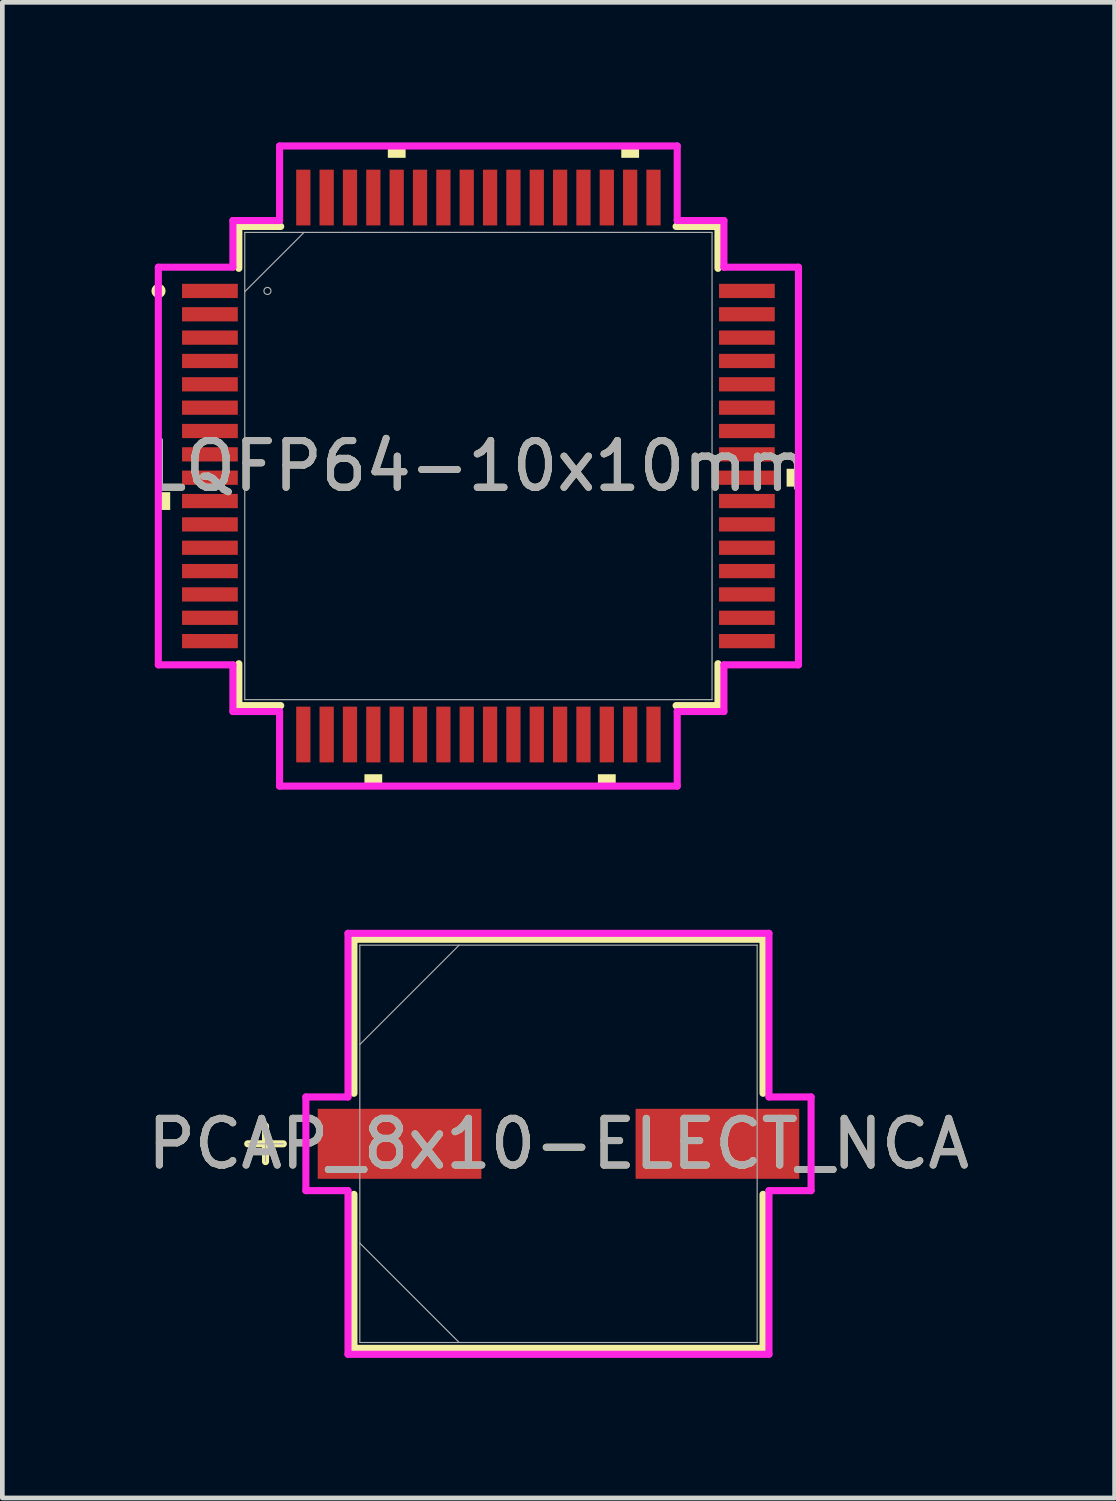
<source format=kicad_pcb>
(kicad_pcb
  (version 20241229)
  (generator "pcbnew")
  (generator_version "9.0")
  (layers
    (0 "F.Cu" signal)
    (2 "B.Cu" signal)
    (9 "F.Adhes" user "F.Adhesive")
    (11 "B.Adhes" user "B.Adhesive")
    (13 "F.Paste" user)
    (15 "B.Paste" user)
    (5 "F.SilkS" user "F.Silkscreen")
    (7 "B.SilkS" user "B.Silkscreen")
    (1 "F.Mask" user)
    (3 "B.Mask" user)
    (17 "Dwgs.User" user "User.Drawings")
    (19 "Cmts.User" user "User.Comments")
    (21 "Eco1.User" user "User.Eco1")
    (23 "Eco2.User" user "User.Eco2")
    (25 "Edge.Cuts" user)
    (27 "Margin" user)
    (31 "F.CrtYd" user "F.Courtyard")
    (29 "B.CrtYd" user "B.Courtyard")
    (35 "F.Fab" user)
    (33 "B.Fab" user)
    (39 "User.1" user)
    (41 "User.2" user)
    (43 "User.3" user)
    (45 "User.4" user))
  (footprint "PCAP_8x10-ELECT_NCA"
    (layer "F.Cu")
    (at 8.911 21.447)
    (property "Reference" "PCAP_8x10-ELECT_NCA" (at 0 0 0) (unlocked yes) (layer "F.SilkS") (effects (font (size 1 1) (thickness 0.15))))
    (attr smd)
    (fp_line (start -6.274 -0.381) (end -6.274 0.381) (stroke (width 0.152) (type solid)) (layer "F.SilkS"))
    (fp_line (start -5.893 0) (end -6.655 0) (stroke (width 0.152) (type solid)) (layer "F.SilkS"))
    (fp_line (start -4.381 -4.381) (end -4.381 -1.082) (stroke (width 0.152) (type solid)) (layer "F.SilkS"))
    (fp_line (start -4.381 1.082) (end -4.381 4.381) (stroke (width 0.152) (type solid)) (layer "F.SilkS"))
    (fp_line (start -4.381 4.381) (end 4.381 4.381) (stroke (width 0.152) (type solid)) (layer "F.SilkS"))
    (fp_line (start 4.381 -4.381) (end -4.381 -4.381) (stroke (width 0.152) (type solid)) (layer "F.SilkS"))
    (fp_line (start 4.381 -1.082) (end 4.381 -4.381) (stroke (width 0.152) (type solid)) (layer "F.SilkS"))
    (fp_line (start 4.381 4.381) (end 4.381 1.082) (stroke (width 0.152) (type solid)) (layer "F.SilkS"))
    (fp_line (start -5.41 -1.003) (end -4.508 -1.003) (stroke (width 0.152) (type solid)) (layer "F.CrtYd"))
    (fp_line (start -5.41 1.003) (end -5.41 -1.003) (stroke (width 0.152) (type solid)) (layer "F.CrtYd"))
    (fp_line (start -4.508 -4.508) (end 4.508 -4.508) (stroke (width 0.152) (type solid)) (layer "F.CrtYd"))
    (fp_line (start -4.508 -1.003) (end -4.508 -4.508) (stroke (width 0.152) (type solid)) (layer "F.CrtYd"))
    (fp_line (start -4.508 1.003) (end -5.41 1.003) (stroke (width 0.152) (type solid)) (layer "F.CrtYd"))
    (fp_line (start -4.508 4.508) (end -4.508 1.003) (stroke (width 0.152) (type solid)) (layer "F.CrtYd"))
    (fp_line (start 4.508 -4.508) (end 4.508 -1.003) (stroke (width 0.152) (type solid)) (layer "F.CrtYd"))
    (fp_line (start 4.508 -1.003) (end 5.41 -1.003) (stroke (width 0.152) (type solid)) (layer "F.CrtYd"))
    (fp_line (start 4.508 1.003) (end 4.508 4.508) (stroke (width 0.152) (type solid)) (layer "F.CrtYd"))
    (fp_line (start 4.508 4.508) (end -4.508 4.508) (stroke (width 0.152) (type solid)) (layer "F.CrtYd"))
    (fp_line (start 5.41 -1.003) (end 5.41 1.003) (stroke (width 0.152) (type solid)) (layer "F.CrtYd"))
    (fp_line (start 5.41 1.003) (end 4.508 1.003) (stroke (width 0.152) (type solid)) (layer "F.CrtYd"))
    (fp_line (start -6.274 -0.381) (end -6.274 0.381) (stroke (width 0.025) (type solid)) (layer "F.Fab"))
    (fp_line (start -5.893 0) (end -6.655 0) (stroke (width 0.025) (type solid)) (layer "F.Fab"))
    (fp_line (start -4.255 -4.255) (end -4.255 4.255) (stroke (width 0.025) (type solid)) (layer "F.Fab"))
    (fp_line (start -4.255 -2.127) (end -2.127 -4.255) (stroke (width 0.025) (type solid)) (layer "F.Fab"))
    (fp_line (start -4.255 2.127) (end -2.127 4.255) (stroke (width 0.025) (type solid)) (layer "F.Fab"))
    (fp_line (start -4.255 4.255) (end 4.255 4.255) (stroke (width 0.025) (type solid)) (layer "F.Fab"))
    (fp_line (start 4.255 -4.255) (end -4.255 -4.255) (stroke (width 0.025) (type solid)) (layer "F.Fab"))
    (fp_line (start 4.255 4.255) (end 4.255 -4.255) (stroke (width 0.025) (type solid)) (layer "F.Fab"))
    (fp_text user "${REFERENCE}" (at 0 0 0) (unlocked yes) (layer "F.Fab") (effects (font (size 1 1) (thickness 0.15))))
    (pad "1" smd rect (at -3.404 0) (size 3.505 1.499) (layers "F.Cu" "F.Mask" "F.Paste"))
    (pad "2" smd rect (at 3.404 0) (size 3.505 1.499) (layers "F.Cu" "F.Mask" "F.Paste"))
    (zone (net_name "") (layer "F.Cu") (hatch full 0.508) (connect_pads) (min_thickness 0.254) (filled_areas_thickness no) (keepout (tracks not_allowed) (vias not_allowed) (pads allowed) (copperpour not_allowed) (footprints allowed)) (placement (enabled no)) (fill) (polygon (pts (xy 4.707 17.243) (xy 13.114 17.243) (xy 13.114 20.647) (xy 4.707 20.647))))
    (zone (net_name "") (layer "F.Cu") (hatch full 0.508) (connect_pads) (min_thickness 0.254) (filled_areas_thickness no) (keepout (tracks not_allowed) (vias not_allowed) (pads allowed) (copperpour not_allowed) (footprints allowed)) (placement (enabled no)) (fill) (polygon (pts (xy 4.707 22.247) (xy 13.114 22.247) (xy 13.114 25.651) (xy 4.707 25.651))))
    (zone (net_name "") (layer "F.Cu") (hatch full 0.508) (connect_pads) (min_thickness 0.254) (filled_areas_thickness no) (keepout (tracks not_allowed) (vias not_allowed) (pads allowed) (copperpour not_allowed) (footprints allowed)) (placement (enabled no)) (fill) (polygon (pts (xy 7.311 20.647) (xy 10.511 20.647) (xy 10.511 22.247) (xy 7.311 22.247)))))
  (footprint "LQFP64-10x10mm"
    (layer "F.Cu")
    (at 7.196 6.931)
    (property "Reference" "LQFP64-10x10mm" (at 0 0 0) (unlocked yes) (layer "F.SilkS") (effects (font (size 1 1) (thickness 0.15))))
    (attr smd)
    (fp_line (start -5.131 -5.131) (end -5.131 -4.234) (stroke (width 0.152) (type solid)) (layer "F.SilkS"))
    (fp_line (start -5.131 4.234) (end -5.131 5.131) (stroke (width 0.152) (type solid)) (layer "F.SilkS"))
    (fp_line (start -5.131 5.131) (end -4.234 5.131) (stroke (width 0.152) (type solid)) (layer "F.SilkS"))
    (fp_line (start -4.234 -5.131) (end -5.131 -5.131) (stroke (width 0.152) (type solid)) (layer "F.SilkS"))
    (fp_line (start 4.234 5.131) (end 5.131 5.131) (stroke (width 0.152) (type solid)) (layer "F.SilkS"))
    (fp_line (start 5.131 -5.131) (end 4.234 -5.131) (stroke (width 0.152) (type solid)) (layer "F.SilkS"))
    (fp_line (start 5.131 -4.234) (end 5.131 -5.131) (stroke (width 0.152) (type solid)) (layer "F.SilkS"))
    (fp_line (start 5.131 5.131) (end 5.131 4.234) (stroke (width 0.152) (type solid)) (layer "F.SilkS"))
    (fp_circle (center -6.851 -3.75) (end -6.775 -3.75) (stroke (width 0.152) (type solid)) (fill no) (layer "F.SilkS"))
    (fp_poly (pts (xy -6.855 0.56) (xy -6.855 0.941) (xy -6.601 0.941) (xy -6.601 0.56)) (stroke (width 0) (type solid)) (fill yes) (layer "F.SilkS"))
    (fp_poly (pts (xy -2.441 6.601) (xy -2.441 6.855) (xy -2.06 6.855) (xy -2.06 6.601)) (stroke (width 0) (type solid)) (fill yes) (layer "F.SilkS"))
    (fp_poly (pts (xy -1.94 -6.601) (xy -1.94 -6.855) (xy -1.559 -6.855) (xy -1.559 -6.601)) (stroke (width 0) (type solid)) (fill yes) (layer "F.SilkS"))
    (fp_poly (pts (xy 2.559 6.601) (xy 2.559 6.855) (xy 2.941 6.855) (xy 2.941 6.601)) (stroke (width 0) (type solid)) (fill yes) (layer "F.SilkS"))
    (fp_poly (pts (xy 3.06 -6.601) (xy 3.06 -6.855) (xy 3.441 -6.855) (xy 3.441 -6.601)) (stroke (width 0) (type solid)) (fill yes) (layer "F.SilkS"))
    (fp_poly (pts (xy 6.855 0.059) (xy 6.855 0.441) (xy 6.601 0.441) (xy 6.601 0.059)) (stroke (width 0) (type solid)) (fill yes) (layer "F.SilkS"))
    (fp_line (start -6.855 -4.258) (end -5.258 -4.258) (stroke (width 0.152) (type solid)) (layer "F.CrtYd"))
    (fp_line (start -6.855 4.258) (end -6.855 -4.258) (stroke (width 0.152) (type solid)) (layer "F.CrtYd"))
    (fp_line (start -5.258 -5.258) (end -4.258 -5.258) (stroke (width 0.152) (type solid)) (layer "F.CrtYd"))
    (fp_line (start -5.258 -4.258) (end -5.258 -5.258) (stroke (width 0.152) (type solid)) (layer "F.CrtYd"))
    (fp_line (start -5.258 4.258) (end -6.855 4.258) (stroke (width 0.152) (type solid)) (layer "F.CrtYd"))
    (fp_line (start -5.258 5.258) (end -5.258 4.258) (stroke (width 0.152) (type solid)) (layer "F.CrtYd"))
    (fp_line (start -4.258 -6.855) (end 4.258 -6.855) (stroke (width 0.152) (type solid)) (layer "F.CrtYd"))
    (fp_line (start -4.258 -5.258) (end -4.258 -6.855) (stroke (width 0.152) (type solid)) (layer "F.CrtYd"))
    (fp_line (start -4.258 5.258) (end -5.258 5.258) (stroke (width 0.152) (type solid)) (layer "F.CrtYd"))
    (fp_line (start -4.258 6.855) (end -4.258 5.258) (stroke (width 0.152) (type solid)) (layer "F.CrtYd"))
    (fp_line (start 4.258 -6.855) (end 4.258 -5.258) (stroke (width 0.152) (type solid)) (layer "F.CrtYd"))
    (fp_line (start 4.258 -5.258) (end 5.258 -5.258) (stroke (width 0.152) (type solid)) (layer "F.CrtYd"))
    (fp_line (start 4.258 5.258) (end 4.258 6.855) (stroke (width 0.152) (type solid)) (layer "F.CrtYd"))
    (fp_line (start 4.258 6.855) (end -4.258 6.855) (stroke (width 0.152) (type solid)) (layer "F.CrtYd"))
    (fp_line (start 5.258 -5.258) (end 5.258 -4.258) (stroke (width 0.152) (type solid)) (layer "F.CrtYd"))
    (fp_line (start 5.258 -4.258) (end 6.855 -4.258) (stroke (width 0.152) (type solid)) (layer "F.CrtYd"))
    (fp_line (start 5.258 4.258) (end 5.258 5.258) (stroke (width 0.152) (type solid)) (layer "F.CrtYd"))
    (fp_line (start 5.258 5.258) (end 4.258 5.258) (stroke (width 0.152) (type solid)) (layer "F.CrtYd"))
    (fp_line (start 6.855 -4.258) (end 6.855 4.258) (stroke (width 0.152) (type solid)) (layer "F.CrtYd"))
    (fp_line (start 6.855 4.258) (end 5.258 4.258) (stroke (width 0.152) (type solid)) (layer "F.CrtYd"))
    (fp_line (start -5.004 -5.004) (end -5.004 5.004) (stroke (width 0.025) (type solid)) (layer "F.Fab"))
    (fp_line (start -5.004 -3.734) (end -3.734 -5.004) (stroke (width 0.025) (type solid)) (layer "F.Fab"))
    (fp_line (start -5.004 5.004) (end 5.004 5.004) (stroke (width 0.025) (type solid)) (layer "F.Fab"))
    (fp_line (start 5.004 -5.004) (end -5.004 -5.004) (stroke (width 0.025) (type solid)) (layer "F.Fab"))
    (fp_line (start 5.004 5.004) (end 5.004 -5.004) (stroke (width 0.025) (type solid)) (layer "F.Fab"))
    (fp_circle (center -4.518 -3.75) (end -4.442 -3.75) (stroke (width 0.025) (type solid)) (fill no) (layer "F.Fab"))
    (fp_text user "${REFERENCE}" (at 0 0 0) (unlocked yes) (layer "F.Fab") (effects (font (size 1 1) (thickness 0.15))))
    (pad "1" smd rect (at -5.75 -3.75) (size 1.194 0.305) (layers "F.Cu" "F.Mask" "F.Paste"))
    (pad "2" smd rect (at -5.75 -3.25) (size 1.194 0.305) (layers "F.Cu" "F.Mask" "F.Paste"))
    (pad "3" smd rect (at -5.75 -2.75) (size 1.194 0.305) (layers "F.Cu" "F.Mask" "F.Paste"))
    (pad "4" smd rect (at -5.75 -2.25) (size 1.194 0.305) (layers "F.Cu" "F.Mask" "F.Paste"))
    (pad "5" smd rect (at -5.75 -1.75) (size 1.194 0.305) (layers "F.Cu" "F.Mask" "F.Paste"))
    (pad "6" smd rect (at -5.75 -1.25) (size 1.194 0.305) (layers "F.Cu" "F.Mask" "F.Paste"))
    (pad "7" smd rect (at -5.75 -0.75) (size 1.194 0.305) (layers "F.Cu" "F.Mask" "F.Paste"))
    (pad "8" smd rect (at -5.75 -0.25) (size 1.194 0.305) (layers "F.Cu" "F.Mask" "F.Paste"))
    (pad "9" smd rect (at -5.75 0.25) (size 1.194 0.305) (layers "F.Cu" "F.Mask" "F.Paste"))
    (pad "10" smd rect (at -5.75 0.75) (size 1.194 0.305) (layers "F.Cu" "F.Mask" "F.Paste"))
    (pad "11" smd rect (at -5.75 1.25) (size 1.194 0.305) (layers "F.Cu" "F.Mask" "F.Paste"))
    (pad "12" smd rect (at -5.75 1.75) (size 1.194 0.305) (layers "F.Cu" "F.Mask" "F.Paste"))
    (pad "13" smd rect (at -5.75 2.25) (size 1.194 0.305) (layers "F.Cu" "F.Mask" "F.Paste"))
    (pad "14" smd rect (at -5.75 2.75) (size 1.194 0.305) (layers "F.Cu" "F.Mask" "F.Paste"))
    (pad "15" smd rect (at -5.75 3.25) (size 1.194 0.305) (layers "F.Cu" "F.Mask" "F.Paste"))
    (pad "16" smd rect (at -5.75 3.75) (size 1.194 0.305) (layers "F.Cu" "F.Mask" "F.Paste"))
    (pad "17" smd rect (at -3.75 5.75 90) (size 1.194 0.305) (layers "F.Cu" "F.Mask" "F.Paste"))
    (pad "18" smd rect (at -3.25 5.75 90) (size 1.194 0.305) (layers "F.Cu" "F.Mask" "F.Paste"))
    (pad "19" smd rect (at -2.75 5.75 90) (size 1.194 0.305) (layers "F.Cu" "F.Mask" "F.Paste"))
    (pad "20" smd rect (at -2.25 5.75 90) (size 1.194 0.305) (layers "F.Cu" "F.Mask" "F.Paste"))
    (pad "21" smd rect (at -1.75 5.75 90) (size 1.194 0.305) (layers "F.Cu" "F.Mask" "F.Paste"))
    (pad "22" smd rect (at -1.25 5.75 90) (size 1.194 0.305) (layers "F.Cu" "F.Mask" "F.Paste"))
    (pad "23" smd rect (at -0.75 5.75 90) (size 1.194 0.305) (layers "F.Cu" "F.Mask" "F.Paste"))
    (pad "24" smd rect (at -0.25 5.75 90) (size 1.194 0.305) (layers "F.Cu" "F.Mask" "F.Paste"))
    (pad "25" smd rect (at 0.25 5.75 90) (size 1.194 0.305) (layers "F.Cu" "F.Mask" "F.Paste"))
    (pad "26" smd rect (at 0.75 5.75 90) (size 1.194 0.305) (layers "F.Cu" "F.Mask" "F.Paste"))
    (pad "27" smd rect (at 1.25 5.75 90) (size 1.194 0.305) (layers "F.Cu" "F.Mask" "F.Paste"))
    (pad "28" smd rect (at 1.75 5.75 90) (size 1.194 0.305) (layers "F.Cu" "F.Mask" "F.Paste"))
    (pad "29" smd rect (at 2.25 5.75 90) (size 1.194 0.305) (layers "F.Cu" "F.Mask" "F.Paste"))
    (pad "30" smd rect (at 2.75 5.75 90) (size 1.194 0.305) (layers "F.Cu" "F.Mask" "F.Paste"))
    (pad "31" smd rect (at 3.25 5.75 90) (size 1.194 0.305) (layers "F.Cu" "F.Mask" "F.Paste"))
    (pad "32" smd rect (at 3.75 5.75 90) (size 1.194 0.305) (layers "F.Cu" "F.Mask" "F.Paste"))
    (pad "33" smd rect (at 5.75 3.75) (size 1.194 0.305) (layers "F.Cu" "F.Mask" "F.Paste"))
    (pad "34" smd rect (at 5.75 3.25) (size 1.194 0.305) (layers "F.Cu" "F.Mask" "F.Paste"))
    (pad "35" smd rect (at 5.75 2.75) (size 1.194 0.305) (layers "F.Cu" "F.Mask" "F.Paste"))
    (pad "36" smd rect (at 5.75 2.25) (size 1.194 0.305) (layers "F.Cu" "F.Mask" "F.Paste"))
    (pad "37" smd rect (at 5.75 1.75) (size 1.194 0.305) (layers "F.Cu" "F.Mask" "F.Paste"))
    (pad "38" smd rect (at 5.75 1.25) (size 1.194 0.305) (layers "F.Cu" "F.Mask" "F.Paste"))
    (pad "39" smd rect (at 5.75 0.75) (size 1.194 0.305) (layers "F.Cu" "F.Mask" "F.Paste"))
    (pad "40" smd rect (at 5.75 0.25) (size 1.194 0.305) (layers "F.Cu" "F.Mask" "F.Paste"))
    (pad "41" smd rect (at 5.75 -0.25) (size 1.194 0.305) (layers "F.Cu" "F.Mask" "F.Paste"))
    (pad "42" smd rect (at 5.75 -0.75) (size 1.194 0.305) (layers "F.Cu" "F.Mask" "F.Paste"))
    (pad "43" smd rect (at 5.75 -1.25) (size 1.194 0.305) (layers "F.Cu" "F.Mask" "F.Paste"))
    (pad "44" smd rect (at 5.75 -1.75) (size 1.194 0.305) (layers "F.Cu" "F.Mask" "F.Paste"))
    (pad "45" smd rect (at 5.75 -2.25) (size 1.194 0.305) (layers "F.Cu" "F.Mask" "F.Paste"))
    (pad "46" smd rect (at 5.75 -2.75) (size 1.194 0.305) (layers "F.Cu" "F.Mask" "F.Paste"))
    (pad "47" smd rect (at 5.75 -3.25) (size 1.194 0.305) (layers "F.Cu" "F.Mask" "F.Paste"))
    (pad "48" smd rect (at 5.75 -3.75) (size 1.194 0.305) (layers "F.Cu" "F.Mask" "F.Paste"))
    (pad "49" smd rect (at 3.75 -5.75 90) (size 1.194 0.305) (layers "F.Cu" "F.Mask" "F.Paste"))
    (pad "50" smd rect (at 3.25 -5.75 90) (size 1.194 0.305) (layers "F.Cu" "F.Mask" "F.Paste"))
    (pad "51" smd rect (at 2.75 -5.75 90) (size 1.194 0.305) (layers "F.Cu" "F.Mask" "F.Paste"))
    (pad "52" smd rect (at 2.25 -5.75 90) (size 1.194 0.305) (layers "F.Cu" "F.Mask" "F.Paste"))
    (pad "53" smd rect (at 1.75 -5.75 90) (size 1.194 0.305) (layers "F.Cu" "F.Mask" "F.Paste"))
    (pad "54" smd rect (at 1.25 -5.75 90) (size 1.194 0.305) (layers "F.Cu" "F.Mask" "F.Paste"))
    (pad "55" smd rect (at 0.75 -5.75 90) (size 1.194 0.305) (layers "F.Cu" "F.Mask" "F.Paste"))
    (pad "56" smd rect (at 0.25 -5.75 90) (size 1.194 0.305) (layers "F.Cu" "F.Mask" "F.Paste"))
    (pad "57" smd rect (at -0.25 -5.75 90) (size 1.194 0.305) (layers "F.Cu" "F.Mask" "F.Paste"))
    (pad "58" smd rect (at -0.75 -5.75 90) (size 1.194 0.305) (layers "F.Cu" "F.Mask" "F.Paste"))
    (pad "59" smd rect (at -1.25 -5.75 90) (size 1.194 0.305) (layers "F.Cu" "F.Mask" "F.Paste"))
    (pad "60" smd rect (at -1.75 -5.75 90) (size 1.194 0.305) (layers "F.Cu" "F.Mask" "F.Paste"))
    (pad "61" smd rect (at -2.25 -5.75 90) (size 1.194 0.305) (layers "F.Cu" "F.Mask" "F.Paste"))
    (pad "62" smd rect (at -2.75 -5.75 90) (size 1.194 0.305) (layers "F.Cu" "F.Mask" "F.Paste"))
    (pad "63" smd rect (at -3.25 -5.75 90) (size 1.194 0.305) (layers "F.Cu" "F.Mask" "F.Paste"))
    (pad "64" smd rect (at -3.75 -5.75 90) (size 1.194 0.305) (layers "F.Cu" "F.Mask" "F.Paste")))
  (gr_rect
    (start -3 -3)
    (end 20.821 29.032)
    (stroke (width 0.1) (type default))
    (fill no)
    (layer "Edge.Cuts")))
</source>
